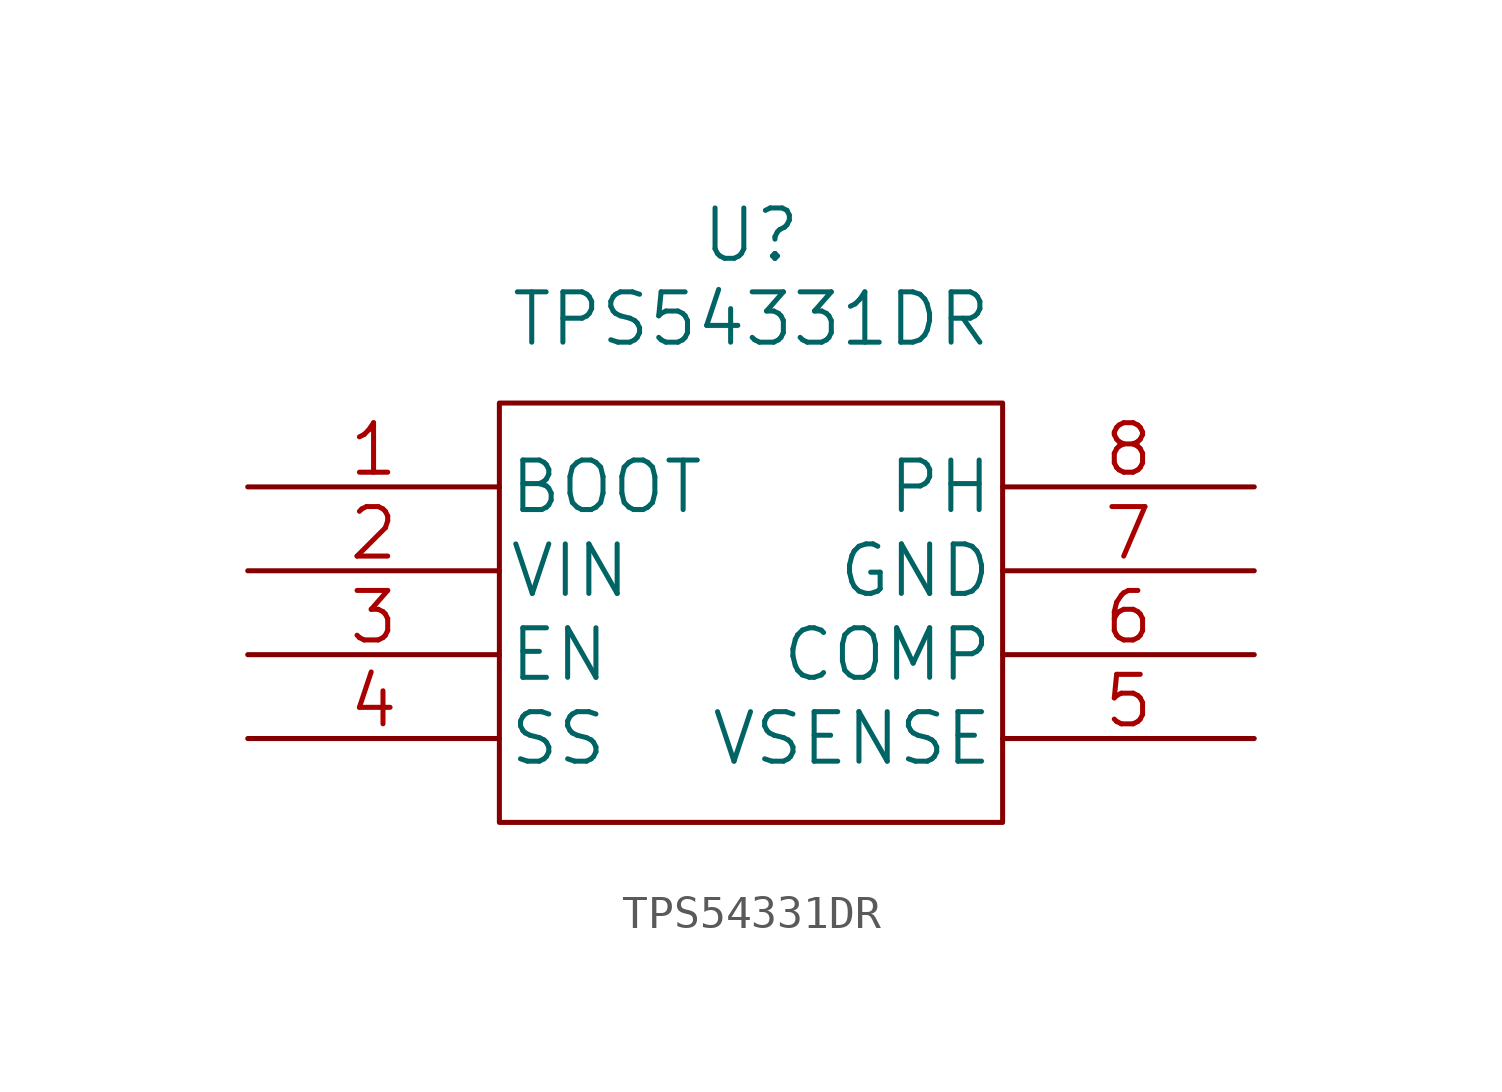
<source format=kicad_sym>
(kicad_symbol_lib
  (version 20220914)
  (generator kicad_symbol_editor)
  (symbol "TPS54331DR"
    (pin_names
      (offset 0.254))
    (property "Reference" "U"
      (at 0 10.16 0)
      (effects (font (size 1.524 1.524))))
    (property "Value" "TPS54331DR"
      (at 0 7.62 0)
      (effects (font (size 1.524 1.524))))
    (property "Datasheet" ""
      (at -15.24 2.54 0)
      (effects (font (size 1.524 1.524))))
    (symbol "TPS54331DR_1_1"
      (rectangle (start -7.62 5.08) (end 7.62 -7.62) (stroke (width 0) (type default)) (fill (type none)))
      (pin output line (at -15.24 2.54 0) (length 7.62) (name "BOOT" (effects (font (size 1.499 1.499)))) (number "1" (effects (font (size 1.499 1.499)))))
      (pin input line (at -15.24 0 0) (length 7.62) (name "VIN" (effects (font (size 1.499 1.499)))) (number "2" (effects (font (size 1.499 1.499)))))
      (pin input line (at -15.24 -2.54 0) (length 7.62) (name "EN" (effects (font (size 1.499 1.499)))) (number "3" (effects (font (size 1.499 1.499)))))
      (pin input line (at -15.24 -5.08 0) (length 7.62) (name "SS" (effects (font (size 1.499 1.499)))) (number "4" (effects (font (size 1.499 1.499)))))
      (pin input line (at 15.24 -5.08 180) (length 7.62) (name "VSENSE" (effects (font (size 1.499 1.499)))) (number "5" (effects (font (size 1.499 1.499)))))
      (pin output line (at 15.24 -2.54 180) (length 7.62) (name "COMP" (effects (font (size 1.499 1.499)))) (number "6" (effects (font (size 1.499 1.499)))))
      (pin power_in line (at 15.24 0 180) (length 7.62) (name "GND" (effects (font (size 1.499 1.499)))) (number "7" (effects (font (size 1.499 1.499)))))
      (pin power_out line (at 15.24 2.54 180) (length 7.62) (name "PH" (effects (font (size 1.499 1.499)))) (number "8" (effects (font (size 1.499 1.499))))))))
</source>
